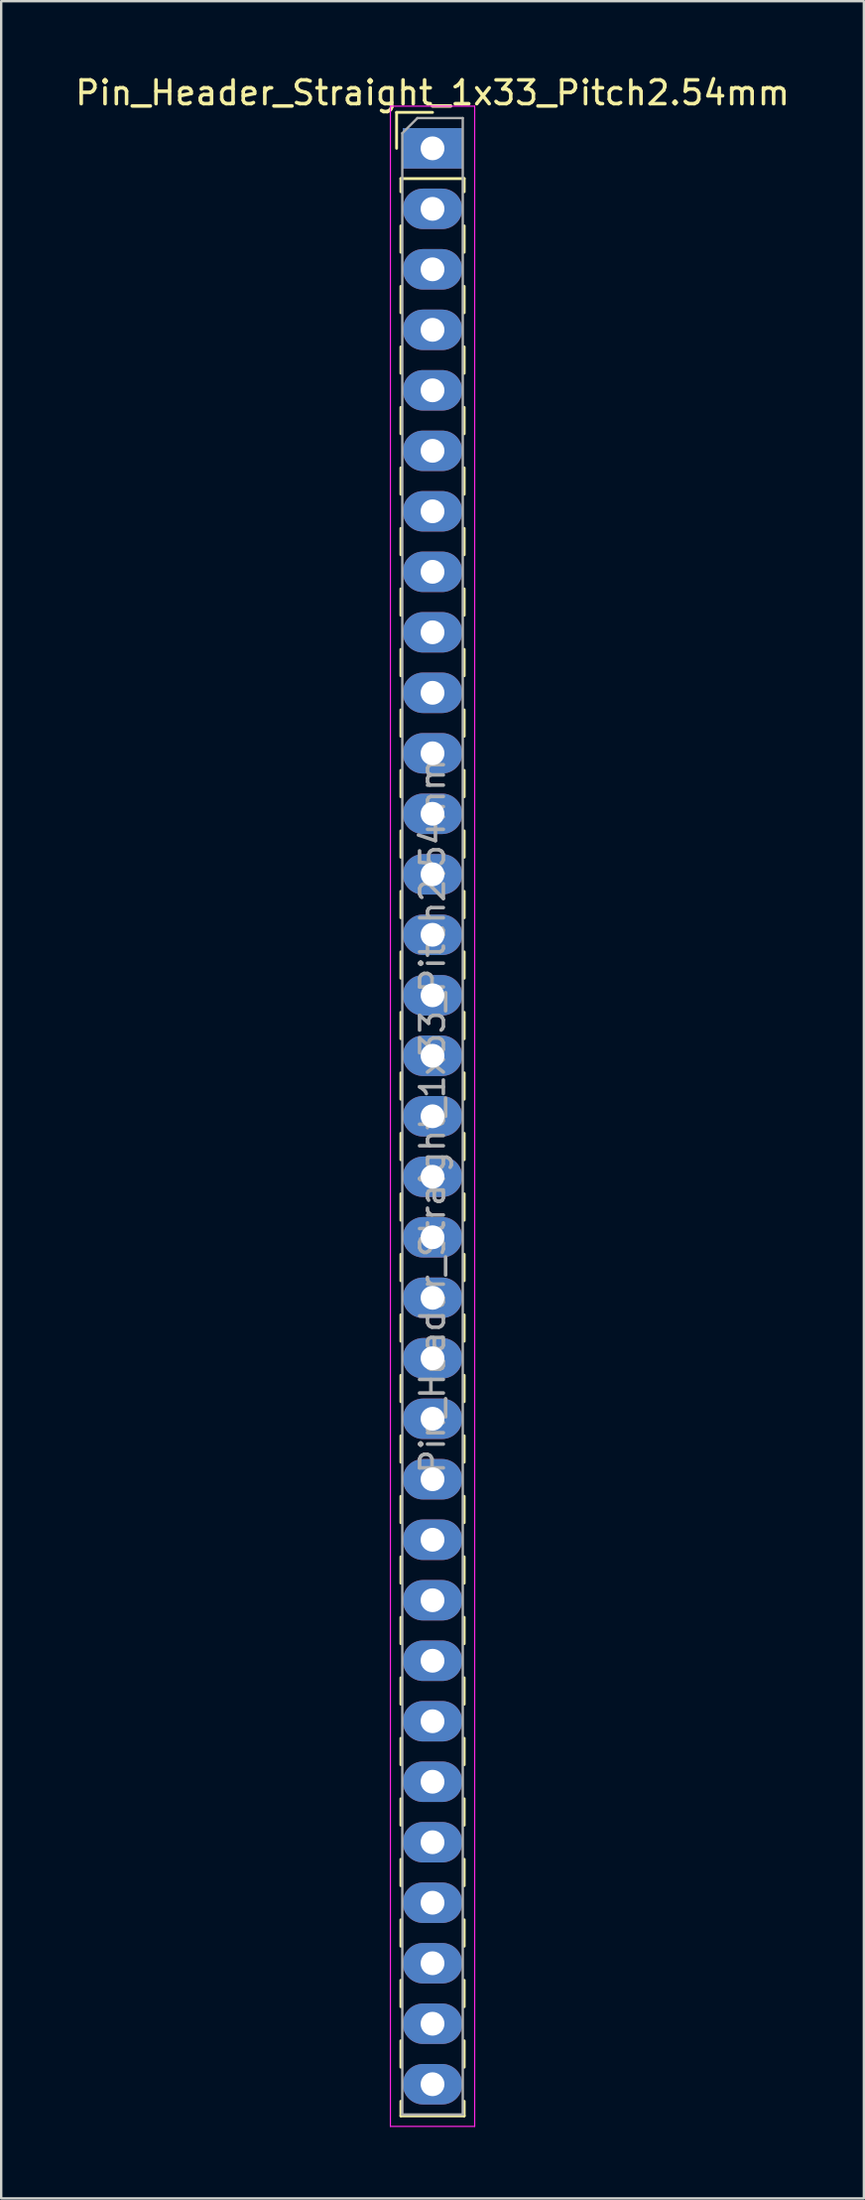
<source format=kicad_pcb>
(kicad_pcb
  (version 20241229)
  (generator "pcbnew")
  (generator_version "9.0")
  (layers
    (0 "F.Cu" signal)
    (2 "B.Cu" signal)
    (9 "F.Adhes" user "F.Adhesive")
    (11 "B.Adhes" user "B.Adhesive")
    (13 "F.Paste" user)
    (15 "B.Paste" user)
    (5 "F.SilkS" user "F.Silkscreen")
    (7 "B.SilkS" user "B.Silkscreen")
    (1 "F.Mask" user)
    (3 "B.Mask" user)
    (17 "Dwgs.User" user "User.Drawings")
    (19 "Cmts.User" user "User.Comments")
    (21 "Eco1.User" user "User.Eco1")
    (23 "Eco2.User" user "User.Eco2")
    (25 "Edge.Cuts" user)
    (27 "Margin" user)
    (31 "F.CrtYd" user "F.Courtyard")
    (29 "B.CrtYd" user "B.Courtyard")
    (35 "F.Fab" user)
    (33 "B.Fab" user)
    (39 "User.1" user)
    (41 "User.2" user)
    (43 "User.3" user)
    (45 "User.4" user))
  (footprint "Pin_Header_Straight_1x33_Pitch2.54mm"
    (layer "F.Cu")
    (at 15.125 3.178)
    (property "Reference" "Pin_Header_Straight_1x33_Pitch2.54mm" (at 0 -2.33 0) (layer "F.SilkS") (effects (font (size 1 1) (thickness 0.15))))
    (attr through_hole)
    (fp_line (start -1.51 -1.51) (end 0 -1.51) (stroke (width 0.12) (type solid)) (layer "F.SilkS"))
    (fp_line (start -1.51 0) (end -1.51 -1.51) (stroke (width 0.12) (type solid)) (layer "F.SilkS"))
    (fp_line (start -1.33 1.27) (end -1.33 1.825) (stroke (width 0.12) (type solid)) (layer "F.SilkS"))
    (fp_line (start -1.33 1.27) (end 1.33 1.27) (stroke (width 0.12) (type solid)) (layer "F.SilkS"))
    (fp_line (start -1.33 3.255) (end -1.33 4.365) (stroke (width 0.12) (type solid)) (layer "F.SilkS"))
    (fp_line (start -1.33 5.795) (end -1.33 6.905) (stroke (width 0.12) (type solid)) (layer "F.SilkS"))
    (fp_line (start -1.33 8.335) (end -1.33 9.445) (stroke (width 0.12) (type solid)) (layer "F.SilkS"))
    (fp_line (start -1.33 10.875) (end -1.33 11.985) (stroke (width 0.12) (type solid)) (layer "F.SilkS"))
    (fp_line (start -1.33 13.415) (end -1.33 14.525) (stroke (width 0.12) (type solid)) (layer "F.SilkS"))
    (fp_line (start -1.33 15.955) (end -1.33 17.065) (stroke (width 0.12) (type solid)) (layer "F.SilkS"))
    (fp_line (start -1.33 18.495) (end -1.33 19.605) (stroke (width 0.12) (type solid)) (layer "F.SilkS"))
    (fp_line (start -1.33 21.035) (end -1.33 22.145) (stroke (width 0.12) (type solid)) (layer "F.SilkS"))
    (fp_line (start -1.33 23.575) (end -1.33 24.685) (stroke (width 0.12) (type solid)) (layer "F.SilkS"))
    (fp_line (start -1.33 26.115) (end -1.33 27.225) (stroke (width 0.12) (type solid)) (layer "F.SilkS"))
    (fp_line (start -1.33 28.655) (end -1.33 29.765) (stroke (width 0.12) (type solid)) (layer "F.SilkS"))
    (fp_line (start -1.33 31.195) (end -1.33 32.305) (stroke (width 0.12) (type solid)) (layer "F.SilkS"))
    (fp_line (start -1.33 33.735) (end -1.33 34.845) (stroke (width 0.12) (type solid)) (layer "F.SilkS"))
    (fp_line (start -1.33 36.275) (end -1.33 37.385) (stroke (width 0.12) (type solid)) (layer "F.SilkS"))
    (fp_line (start -1.33 38.815) (end -1.33 39.925) (stroke (width 0.12) (type solid)) (layer "F.SilkS"))
    (fp_line (start -1.33 41.355) (end -1.33 42.465) (stroke (width 0.12) (type solid)) (layer "F.SilkS"))
    (fp_line (start -1.33 43.895) (end -1.33 45.005) (stroke (width 0.12) (type solid)) (layer "F.SilkS"))
    (fp_line (start -1.33 46.435) (end -1.33 47.545) (stroke (width 0.12) (type solid)) (layer "F.SilkS"))
    (fp_line (start -1.33 48.975) (end -1.33 50.085) (stroke (width 0.12) (type solid)) (layer "F.SilkS"))
    (fp_line (start -1.33 51.515) (end -1.33 52.625) (stroke (width 0.12) (type solid)) (layer "F.SilkS"))
    (fp_line (start -1.33 54.055) (end -1.33 55.165) (stroke (width 0.12) (type solid)) (layer "F.SilkS"))
    (fp_line (start -1.33 56.595) (end -1.33 57.705) (stroke (width 0.12) (type solid)) (layer "F.SilkS"))
    (fp_line (start -1.33 59.135) (end -1.33 60.245) (stroke (width 0.12) (type solid)) (layer "F.SilkS"))
    (fp_line (start -1.33 61.675) (end -1.33 62.785) (stroke (width 0.12) (type solid)) (layer "F.SilkS"))
    (fp_line (start -1.33 64.215) (end -1.33 65.325) (stroke (width 0.12) (type solid)) (layer "F.SilkS"))
    (fp_line (start -1.33 66.755) (end -1.33 67.865) (stroke (width 0.12) (type solid)) (layer "F.SilkS"))
    (fp_line (start -1.33 69.295) (end -1.33 70.405) (stroke (width 0.12) (type solid)) (layer "F.SilkS"))
    (fp_line (start -1.33 71.835) (end -1.33 72.945) (stroke (width 0.12) (type solid)) (layer "F.SilkS"))
    (fp_line (start -1.33 74.375) (end -1.33 75.485) (stroke (width 0.12) (type solid)) (layer "F.SilkS"))
    (fp_line (start -1.33 76.915) (end -1.33 78.025) (stroke (width 0.12) (type solid)) (layer "F.SilkS"))
    (fp_line (start -1.33 79.455) (end -1.33 80.565) (stroke (width 0.12) (type solid)) (layer "F.SilkS"))
    (fp_line (start -1.33 81.995) (end -1.33 82.61) (stroke (width 0.12) (type solid)) (layer "F.SilkS"))
    (fp_line (start -1.33 82.61) (end 1.33 82.61) (stroke (width 0.12) (type solid)) (layer "F.SilkS"))
    (fp_line (start 1.33 1.27) (end 1.33 1.825) (stroke (width 0.12) (type solid)) (layer "F.SilkS"))
    (fp_line (start 1.33 3.255) (end 1.33 4.365) (stroke (width 0.12) (type solid)) (layer "F.SilkS"))
    (fp_line (start 1.33 5.795) (end 1.33 6.905) (stroke (width 0.12) (type solid)) (layer "F.SilkS"))
    (fp_line (start 1.33 8.335) (end 1.33 9.445) (stroke (width 0.12) (type solid)) (layer "F.SilkS"))
    (fp_line (start 1.33 10.875) (end 1.33 11.985) (stroke (width 0.12) (type solid)) (layer "F.SilkS"))
    (fp_line (start 1.33 13.415) (end 1.33 14.525) (stroke (width 0.12) (type solid)) (layer "F.SilkS"))
    (fp_line (start 1.33 15.955) (end 1.33 17.065) (stroke (width 0.12) (type solid)) (layer "F.SilkS"))
    (fp_line (start 1.33 18.495) (end 1.33 19.605) (stroke (width 0.12) (type solid)) (layer "F.SilkS"))
    (fp_line (start 1.33 21.035) (end 1.33 22.145) (stroke (width 0.12) (type solid)) (layer "F.SilkS"))
    (fp_line (start 1.33 23.575) (end 1.33 24.685) (stroke (width 0.12) (type solid)) (layer "F.SilkS"))
    (fp_line (start 1.33 26.115) (end 1.33 27.225) (stroke (width 0.12) (type solid)) (layer "F.SilkS"))
    (fp_line (start 1.33 28.655) (end 1.33 29.765) (stroke (width 0.12) (type solid)) (layer "F.SilkS"))
    (fp_line (start 1.33 31.195) (end 1.33 32.305) (stroke (width 0.12) (type solid)) (layer "F.SilkS"))
    (fp_line (start 1.33 33.735) (end 1.33 34.845) (stroke (width 0.12) (type solid)) (layer "F.SilkS"))
    (fp_line (start 1.33 36.275) (end 1.33 37.385) (stroke (width 0.12) (type solid)) (layer "F.SilkS"))
    (fp_line (start 1.33 38.815) (end 1.33 39.925) (stroke (width 0.12) (type solid)) (layer "F.SilkS"))
    (fp_line (start 1.33 41.355) (end 1.33 42.465) (stroke (width 0.12) (type solid)) (layer "F.SilkS"))
    (fp_line (start 1.33 43.895) (end 1.33 45.005) (stroke (width 0.12) (type solid)) (layer "F.SilkS"))
    (fp_line (start 1.33 46.435) (end 1.33 47.545) (stroke (width 0.12) (type solid)) (layer "F.SilkS"))
    (fp_line (start 1.33 48.975) (end 1.33 50.085) (stroke (width 0.12) (type solid)) (layer "F.SilkS"))
    (fp_line (start 1.33 51.515) (end 1.33 52.625) (stroke (width 0.12) (type solid)) (layer "F.SilkS"))
    (fp_line (start 1.33 54.055) (end 1.33 55.165) (stroke (width 0.12) (type solid)) (layer "F.SilkS"))
    (fp_line (start 1.33 56.595) (end 1.33 57.705) (stroke (width 0.12) (type solid)) (layer "F.SilkS"))
    (fp_line (start 1.33 59.135) (end 1.33 60.245) (stroke (width 0.12) (type solid)) (layer "F.SilkS"))
    (fp_line (start 1.33 61.675) (end 1.33 62.785) (stroke (width 0.12) (type solid)) (layer "F.SilkS"))
    (fp_line (start 1.33 64.215) (end 1.33 65.325) (stroke (width 0.12) (type solid)) (layer "F.SilkS"))
    (fp_line (start 1.33 66.755) (end 1.33 67.865) (stroke (width 0.12) (type solid)) (layer "F.SilkS"))
    (fp_line (start 1.33 69.295) (end 1.33 70.405) (stroke (width 0.12) (type solid)) (layer "F.SilkS"))
    (fp_line (start 1.33 71.835) (end 1.33 72.945) (stroke (width 0.12) (type solid)) (layer "F.SilkS"))
    (fp_line (start 1.33 74.375) (end 1.33 75.485) (stroke (width 0.12) (type solid)) (layer "F.SilkS"))
    (fp_line (start 1.33 76.915) (end 1.33 78.025) (stroke (width 0.12) (type solid)) (layer "F.SilkS"))
    (fp_line (start 1.33 79.455) (end 1.33 80.565) (stroke (width 0.12) (type solid)) (layer "F.SilkS"))
    (fp_line (start 1.33 81.995) (end 1.33 82.61) (stroke (width 0.12) (type solid)) (layer "F.SilkS"))
    (fp_line (start -1.77 -1.77) (end -1.77 83.05) (stroke (width 0.05) (type solid)) (layer "F.CrtYd"))
    (fp_line (start -1.77 83.05) (end 1.77 83.05) (stroke (width 0.05) (type solid)) (layer "F.CrtYd"))
    (fp_line (start 1.77 -1.77) (end -1.77 -1.77) (stroke (width 0.05) (type solid)) (layer "F.CrtYd"))
    (fp_line (start 1.77 83.05) (end 1.77 -1.77) (stroke (width 0.05) (type solid)) (layer "F.CrtYd"))
    (fp_line (start -1.27 -0.635) (end -0.635 -1.27) (stroke (width 0.1) (type solid)) (layer "F.Fab"))
    (fp_line (start -1.27 82.55) (end -1.27 -0.635) (stroke (width 0.1) (type solid)) (layer "F.Fab"))
    (fp_line (start -0.635 -1.27) (end 1.27 -1.27) (stroke (width 0.1) (type solid)) (layer "F.Fab"))
    (fp_line (start 1.27 -1.27) (end 1.27 82.55) (stroke (width 0.1) (type solid)) (layer "F.Fab"))
    (fp_line (start 1.27 82.55) (end -1.27 82.55) (stroke (width 0.1) (type solid)) (layer "F.Fab"))
    (fp_text user "${REFERENCE}" (at 0 40.64 90) (layer "F.Fab") (effects (font (size 1 1) (thickness 0.15))))
    (pad "1" thru_hole rect (at 0 0) (size 2.5 1.7) (drill 1) (layers "*.Cu" "*.Mask"))
    (pad "2" thru_hole oval (at 0 2.54) (size 2.5 1.7) (drill 1) (layers "*.Cu" "*.Mask"))
    (pad "3" thru_hole oval (at 0 5.08) (size 2.5 1.7) (drill 1) (layers "*.Cu" "*.Mask"))
    (pad "4" thru_hole oval (at 0 7.62) (size 2.5 1.7) (drill 1) (layers "*.Cu" "*.Mask"))
    (pad "5" thru_hole oval (at 0 10.16) (size 2.5 1.7) (drill 1) (layers "*.Cu" "*.Mask"))
    (pad "6" thru_hole oval (at 0 12.7) (size 2.5 1.7) (drill 1) (layers "*.Cu" "*.Mask"))
    (pad "7" thru_hole oval (at 0 15.24) (size 2.5 1.7) (drill 1) (layers "*.Cu" "*.Mask"))
    (pad "8" thru_hole oval (at 0 17.78) (size 2.5 1.7) (drill 1) (layers "*.Cu" "*.Mask"))
    (pad "9" thru_hole oval (at 0 20.32) (size 2.5 1.7) (drill 1) (layers "*.Cu" "*.Mask"))
    (pad "10" thru_hole oval (at 0 22.86) (size 2.5 1.7) (drill 1) (layers "*.Cu" "*.Mask"))
    (pad "11" thru_hole oval (at 0 25.4) (size 2.5 1.7) (drill 1) (layers "*.Cu" "*.Mask"))
    (pad "12" thru_hole oval (at 0 27.94) (size 2.5 1.7) (drill 1) (layers "*.Cu" "*.Mask"))
    (pad "13" thru_hole oval (at 0 30.48) (size 2.5 1.7) (drill 1) (layers "*.Cu" "*.Mask"))
    (pad "14" thru_hole oval (at 0 33.02) (size 2.5 1.7) (drill 1) (layers "*.Cu" "*.Mask"))
    (pad "15" thru_hole oval (at 0 35.56) (size 2.5 1.7) (drill 1) (layers "*.Cu" "*.Mask"))
    (pad "16" thru_hole oval (at 0 38.1) (size 2.5 1.7) (drill 1) (layers "*.Cu" "*.Mask"))
    (pad "17" thru_hole oval (at 0 40.64) (size 2.5 1.7) (drill 1) (layers "*.Cu" "*.Mask"))
    (pad "18" thru_hole oval (at 0 43.18) (size 2.5 1.7) (drill 1) (layers "*.Cu" "*.Mask"))
    (pad "19" thru_hole oval (at 0 45.72) (size 2.5 1.7) (drill 1) (layers "*.Cu" "*.Mask"))
    (pad "20" thru_hole oval (at 0 48.26) (size 2.5 1.7) (drill 1) (layers "*.Cu" "*.Mask"))
    (pad "21" thru_hole oval (at 0 50.8) (size 2.5 1.7) (drill 1) (layers "*.Cu" "*.Mask"))
    (pad "22" thru_hole oval (at 0 53.34) (size 2.5 1.7) (drill 1) (layers "*.Cu" "*.Mask"))
    (pad "23" thru_hole oval (at 0 55.88) (size 2.5 1.7) (drill 1) (layers "*.Cu" "*.Mask"))
    (pad "24" thru_hole oval (at 0 58.42) (size 2.5 1.7) (drill 1) (layers "*.Cu" "*.Mask"))
    (pad "25" thru_hole oval (at 0 60.96) (size 2.5 1.7) (drill 1) (layers "*.Cu" "*.Mask"))
    (pad "26" thru_hole oval (at 0 63.5) (size 2.5 1.7) (drill 1) (layers "*.Cu" "*.Mask"))
    (pad "27" thru_hole oval (at 0 66.04) (size 2.5 1.7) (drill 1) (layers "*.Cu" "*.Mask"))
    (pad "28" thru_hole oval (at 0 68.58) (size 2.5 1.7) (drill 1) (layers "*.Cu" "*.Mask"))
    (pad "29" thru_hole oval (at 0 71.12) (size 2.5 1.7) (drill 1) (layers "*.Cu" "*.Mask"))
    (pad "30" thru_hole oval (at 0 73.66) (size 2.5 1.7) (drill 1) (layers "*.Cu" "*.Mask"))
    (pad "31" thru_hole oval (at 0 76.2) (size 2.5 1.7) (drill 1) (layers "*.Cu" "*.Mask"))
    (pad "32" thru_hole oval (at 0 78.74) (size 2.5 1.7) (drill 1) (layers "*.Cu" "*.Mask"))
    (pad "33" thru_hole oval (at 0 81.28) (size 2.5 1.7) (drill 1) (layers "*.Cu" "*.Mask")))
  (gr_rect
    (start -3 -3)
    (end 33.25 89.253)
    (stroke (width 0.1) (type default))
    (fill no)
    (layer "Edge.Cuts")))
</source>
